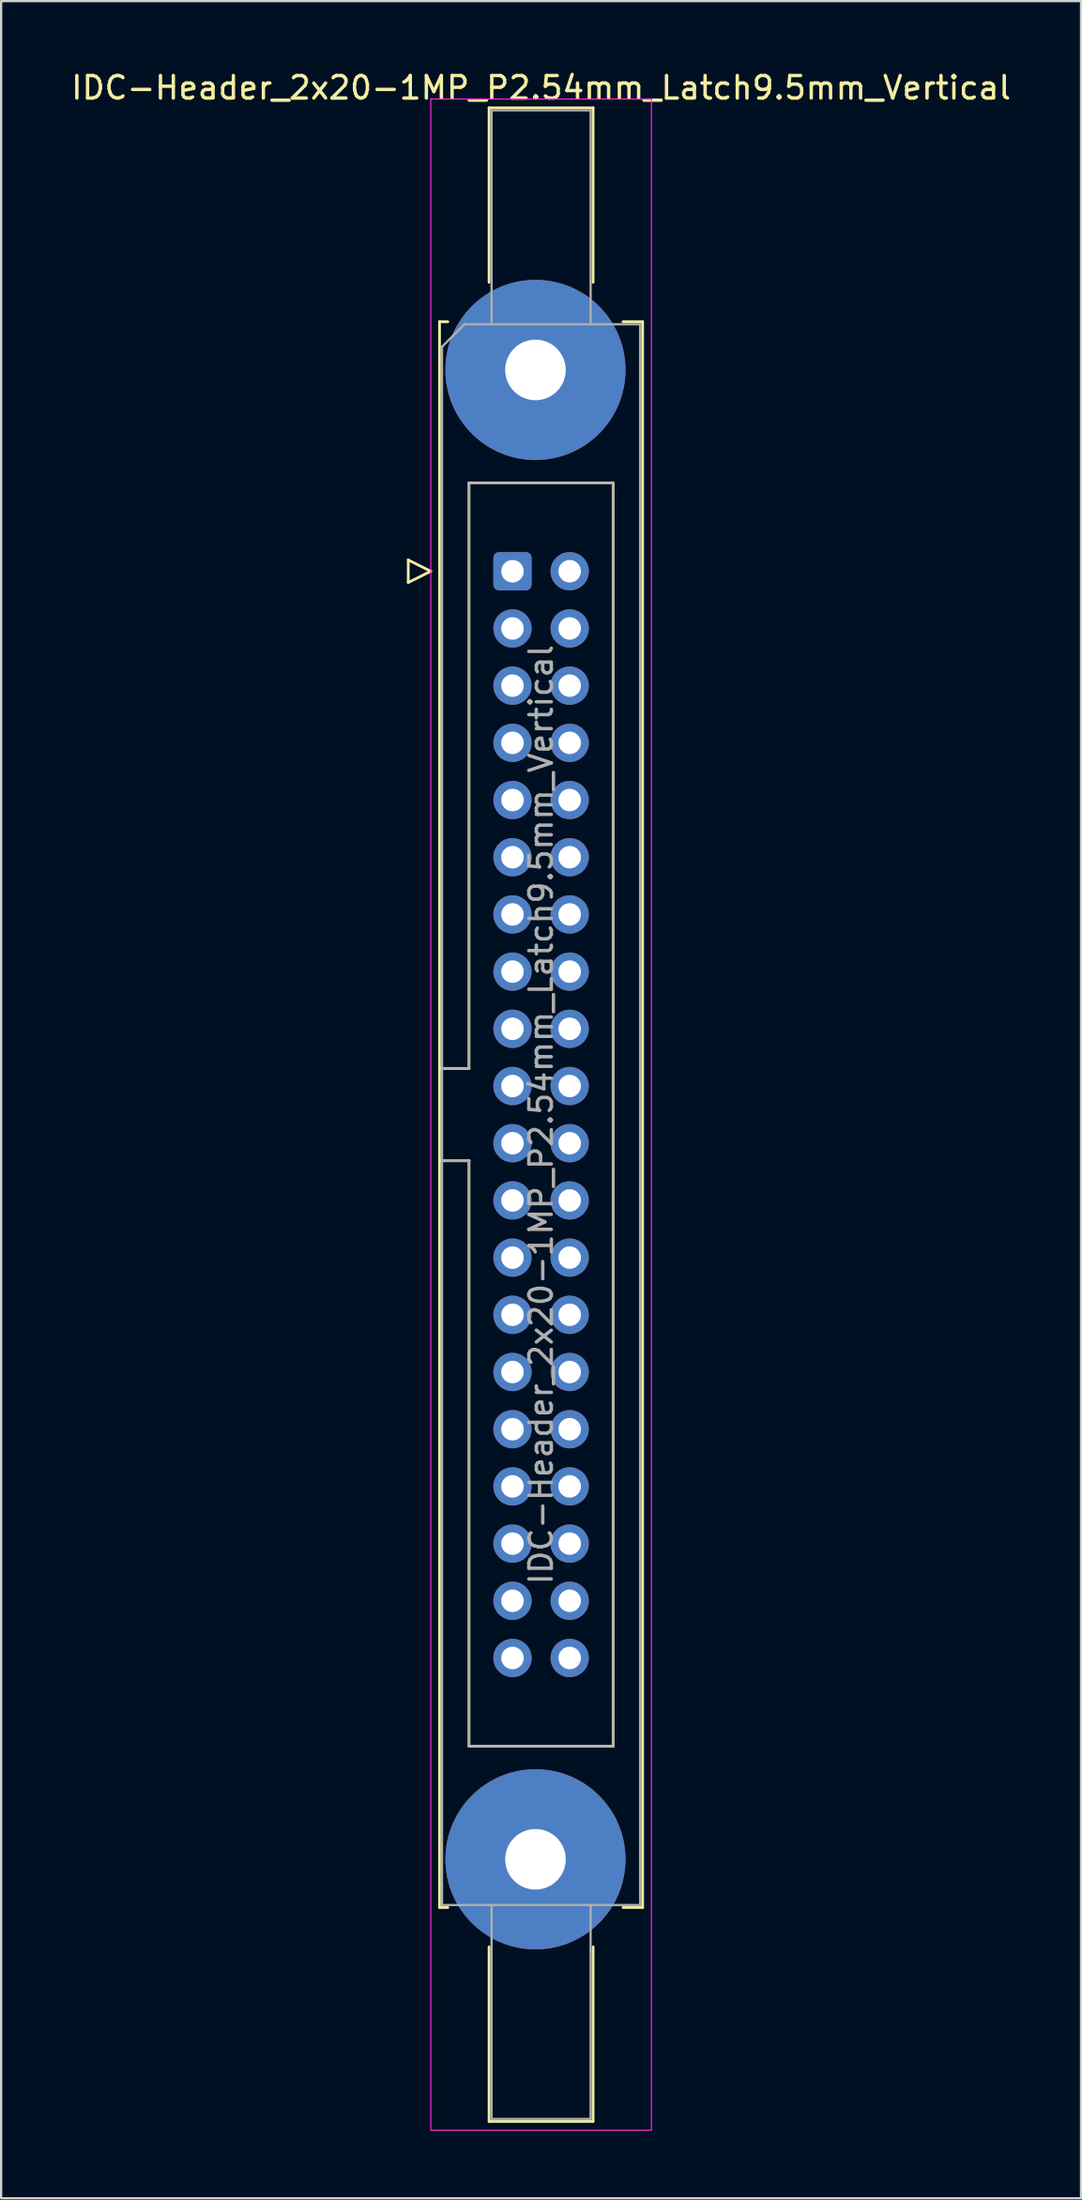
<source format=kicad_pcb>
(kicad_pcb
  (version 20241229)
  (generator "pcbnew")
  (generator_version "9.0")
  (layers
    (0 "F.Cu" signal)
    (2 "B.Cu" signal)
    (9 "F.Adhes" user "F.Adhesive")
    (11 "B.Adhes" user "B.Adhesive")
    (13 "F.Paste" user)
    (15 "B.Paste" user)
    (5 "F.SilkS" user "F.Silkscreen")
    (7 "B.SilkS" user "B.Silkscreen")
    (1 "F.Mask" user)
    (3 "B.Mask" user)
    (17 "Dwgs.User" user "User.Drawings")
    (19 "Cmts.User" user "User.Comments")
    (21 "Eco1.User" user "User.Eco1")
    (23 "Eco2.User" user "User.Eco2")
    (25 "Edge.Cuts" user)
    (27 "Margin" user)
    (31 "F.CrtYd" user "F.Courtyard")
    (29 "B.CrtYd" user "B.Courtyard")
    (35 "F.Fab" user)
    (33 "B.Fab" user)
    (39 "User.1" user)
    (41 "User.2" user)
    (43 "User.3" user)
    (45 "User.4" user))
  (footprint "IDC-Header_2x20-1MP_P2.54mm_Latch9.5mm_Vertical"
    (layer "F.Cu")
    (at 19.712 22.318)
    (property "Reference" "IDC-Header_2x20-1MP_P2.54mm_Latch9.5mm_Vertical" (at 1.27 -21.47 0) (layer "F.SilkS") (effects (font (size 1 1) (thickness 0.15))))
    (attr through_hole)
    (fp_line (start -4.63 -0.5) (end -4.63 0.5) (stroke (width 0.12) (type solid)) (layer "F.SilkS"))
    (fp_line (start -4.63 0.5) (end -3.63 0) (stroke (width 0.12) (type solid)) (layer "F.SilkS"))
    (fp_line (start -3.63 0) (end -4.63 -0.5) (stroke (width 0.12) (type solid)) (layer "F.SilkS"))
    (fp_line (start -3.24 -11.08) (end -3.24 59.34) (stroke (width 0.12) (type solid)) (layer "F.SilkS"))
    (fp_line (start -3.24 22.08) (end -1.93 22.08) (stroke (width 0.12) (type solid)) (layer "F.SilkS"))
    (fp_line (start -3.24 59.34) (end -2.87 59.34) (stroke (width 0.12) (type solid)) (layer "F.SilkS"))
    (fp_line (start -2.87 -11.08) (end -3.24 -11.08) (stroke (width 0.12) (type solid)) (layer "F.SilkS"))
    (fp_line (start -1.93 -3.92) (end 4.47 -3.92) (stroke (width 0.12) (type solid)) (layer "F.SilkS"))
    (fp_line (start -1.93 22.08) (end -1.93 -3.92) (stroke (width 0.12) (type solid)) (layer "F.SilkS"))
    (fp_line (start -1.93 26.18) (end -3.24 26.18) (stroke (width 0.12) (type solid)) (layer "F.SilkS"))
    (fp_line (start -1.93 26.18) (end -1.93 26.18) (stroke (width 0.12) (type solid)) (layer "F.SilkS"))
    (fp_line (start -1.93 52.18) (end -1.93 26.18) (stroke (width 0.12) (type solid)) (layer "F.SilkS"))
    (fp_line (start -1.04 -20.58) (end 3.58 -20.58) (stroke (width 0.12) (type solid)) (layer "F.SilkS"))
    (fp_line (start -1.04 -12.83) (end -1.04 -20.58) (stroke (width 0.12) (type solid)) (layer "F.SilkS"))
    (fp_line (start -1.04 61.09) (end -1.04 68.84) (stroke (width 0.12) (type solid)) (layer "F.SilkS"))
    (fp_line (start -1.04 68.84) (end 3.58 68.84) (stroke (width 0.12) (type solid)) (layer "F.SilkS"))
    (fp_line (start 3.58 -20.58) (end 3.58 -12.83) (stroke (width 0.12) (type solid)) (layer "F.SilkS"))
    (fp_line (start 3.58 68.84) (end 3.58 61.09) (stroke (width 0.12) (type solid)) (layer "F.SilkS"))
    (fp_line (start 4.47 -3.92) (end 4.47 52.18) (stroke (width 0.12) (type solid)) (layer "F.SilkS"))
    (fp_line (start 4.47 52.18) (end -1.93 52.18) (stroke (width 0.12) (type solid)) (layer "F.SilkS"))
    (fp_line (start 4.91 -11.08) (end 5.78 -11.08) (stroke (width 0.12) (type solid)) (layer "F.SilkS"))
    (fp_line (start 5.78 -11.08) (end 5.78 59.34) (stroke (width 0.12) (type solid)) (layer "F.SilkS"))
    (fp_line (start 5.78 59.34) (end 4.91 59.34) (stroke (width 0.12) (type solid)) (layer "F.SilkS"))
    (fp_line (start -3.63 -20.97) (end -3.63 69.23) (stroke (width 0.05) (type solid)) (layer "F.CrtYd"))
    (fp_line (start -3.63 69.23) (end 6.17 69.23) (stroke (width 0.05) (type solid)) (layer "F.CrtYd"))
    (fp_line (start 6.17 -20.97) (end -3.63 -20.97) (stroke (width 0.05) (type solid)) (layer "F.CrtYd"))
    (fp_line (start 6.17 69.23) (end 6.17 -20.97) (stroke (width 0.05) (type solid)) (layer "F.CrtYd"))
    (fp_line (start -3.13 -9.97) (end -2.13 -10.97) (stroke (width 0.1) (type solid)) (layer "F.Fab"))
    (fp_line (start -3.13 22.08) (end -1.93 22.08) (stroke (width 0.1) (type solid)) (layer "F.Fab"))
    (fp_line (start -3.13 59.23) (end -3.13 -9.97) (stroke (width 0.1) (type solid)) (layer "F.Fab"))
    (fp_line (start -2.13 -10.97) (end 5.67 -10.97) (stroke (width 0.1) (type solid)) (layer "F.Fab"))
    (fp_line (start -1.93 -3.92) (end 4.47 -3.92) (stroke (width 0.1) (type solid)) (layer "F.Fab"))
    (fp_line (start -1.93 22.08) (end -1.93 -3.92) (stroke (width 0.1) (type solid)) (layer "F.Fab"))
    (fp_line (start -1.93 26.18) (end -3.13 26.18) (stroke (width 0.1) (type solid)) (layer "F.Fab"))
    (fp_line (start -1.93 26.18) (end -1.93 26.18) (stroke (width 0.1) (type solid)) (layer "F.Fab"))
    (fp_line (start -1.93 52.18) (end -1.93 26.18) (stroke (width 0.1) (type solid)) (layer "F.Fab"))
    (fp_line (start -0.93 -20.47) (end 3.47 -20.47) (stroke (width 0.1) (type solid)) (layer "F.Fab"))
    (fp_line (start -0.93 -10.97) (end -0.93 -20.47) (stroke (width 0.1) (type solid)) (layer "F.Fab"))
    (fp_line (start -0.93 59.23) (end -0.93 68.73) (stroke (width 0.1) (type solid)) (layer "F.Fab"))
    (fp_line (start -0.93 68.73) (end 3.47 68.73) (stroke (width 0.1) (type solid)) (layer "F.Fab"))
    (fp_line (start 3.47 -20.47) (end 3.47 -10.97) (stroke (width 0.1) (type solid)) (layer "F.Fab"))
    (fp_line (start 3.47 68.73) (end 3.47 59.23) (stroke (width 0.1) (type solid)) (layer "F.Fab"))
    (fp_line (start 4.47 -3.92) (end 4.47 52.18) (stroke (width 0.1) (type solid)) (layer "F.Fab"))
    (fp_line (start 4.47 52.18) (end -1.93 52.18) (stroke (width 0.1) (type solid)) (layer "F.Fab"))
    (fp_line (start 5.67 -10.97) (end 5.67 59.23) (stroke (width 0.1) (type solid)) (layer "F.Fab"))
    (fp_line (start 5.67 59.23) (end -3.13 59.23) (stroke (width 0.1) (type solid)) (layer "F.Fab"))
    (fp_text user "${REFERENCE}" (at 1.27 24.13 90) (layer "F.Fab") (effects (font (size 1 1) (thickness 0.15))))
    (pad "1" thru_hole roundrect (at 0 0) (size 1.7 1.7) (drill 1) (layers "*.Cu" "*.Mask") (roundrect_rratio 0.147))
    (pad "2" thru_hole circle (at 2.54 0) (size 1.7 1.7) (drill 1) (layers "*.Cu" "*.Mask"))
    (pad "3" thru_hole circle (at 0 2.54) (size 1.7 1.7) (drill 1) (layers "*.Cu" "*.Mask"))
    (pad "4" thru_hole circle (at 2.54 2.54) (size 1.7 1.7) (drill 1) (layers "*.Cu" "*.Mask"))
    (pad "5" thru_hole circle (at 0 5.08) (size 1.7 1.7) (drill 1) (layers "*.Cu" "*.Mask"))
    (pad "6" thru_hole circle (at 2.54 5.08) (size 1.7 1.7) (drill 1) (layers "*.Cu" "*.Mask"))
    (pad "7" thru_hole circle (at 0 7.62) (size 1.7 1.7) (drill 1) (layers "*.Cu" "*.Mask"))
    (pad "8" thru_hole circle (at 2.54 7.62) (size 1.7 1.7) (drill 1) (layers "*.Cu" "*.Mask"))
    (pad "9" thru_hole circle (at 0 10.16) (size 1.7 1.7) (drill 1) (layers "*.Cu" "*.Mask"))
    (pad "10" thru_hole circle (at 2.54 10.16) (size 1.7 1.7) (drill 1) (layers "*.Cu" "*.Mask"))
    (pad "11" thru_hole circle (at 0 12.7) (size 1.7 1.7) (drill 1) (layers "*.Cu" "*.Mask"))
    (pad "12" thru_hole circle (at 2.54 12.7) (size 1.7 1.7) (drill 1) (layers "*.Cu" "*.Mask"))
    (pad "13" thru_hole circle (at 0 15.24) (size 1.7 1.7) (drill 1) (layers "*.Cu" "*.Mask"))
    (pad "14" thru_hole circle (at 2.54 15.24) (size 1.7 1.7) (drill 1) (layers "*.Cu" "*.Mask"))
    (pad "15" thru_hole circle (at 0 17.78) (size 1.7 1.7) (drill 1) (layers "*.Cu" "*.Mask"))
    (pad "16" thru_hole circle (at 2.54 17.78) (size 1.7 1.7) (drill 1) (layers "*.Cu" "*.Mask"))
    (pad "17" thru_hole circle (at 0 20.32) (size 1.7 1.7) (drill 1) (layers "*.Cu" "*.Mask"))
    (pad "18" thru_hole circle (at 2.54 20.32) (size 1.7 1.7) (drill 1) (layers "*.Cu" "*.Mask"))
    (pad "19" thru_hole circle (at 0 22.86) (size 1.7 1.7) (drill 1) (layers "*.Cu" "*.Mask"))
    (pad "20" thru_hole circle (at 2.54 22.86) (size 1.7 1.7) (drill 1) (layers "*.Cu" "*.Mask"))
    (pad "21" thru_hole circle (at 0 25.4) (size 1.7 1.7) (drill 1) (layers "*.Cu" "*.Mask"))
    (pad "22" thru_hole circle (at 2.54 25.4) (size 1.7 1.7) (drill 1) (layers "*.Cu" "*.Mask"))
    (pad "23" thru_hole circle (at 0 27.94) (size 1.7 1.7) (drill 1) (layers "*.Cu" "*.Mask"))
    (pad "24" thru_hole circle (at 2.54 27.94) (size 1.7 1.7) (drill 1) (layers "*.Cu" "*.Mask"))
    (pad "25" thru_hole circle (at 0 30.48) (size 1.7 1.7) (drill 1) (layers "*.Cu" "*.Mask"))
    (pad "26" thru_hole circle (at 2.54 30.48) (size 1.7 1.7) (drill 1) (layers "*.Cu" "*.Mask"))
    (pad "27" thru_hole circle (at 0 33.02) (size 1.7 1.7) (drill 1) (layers "*.Cu" "*.Mask"))
    (pad "28" thru_hole circle (at 2.54 33.02) (size 1.7 1.7) (drill 1) (layers "*.Cu" "*.Mask"))
    (pad "29" thru_hole circle (at 0 35.56) (size 1.7 1.7) (drill 1) (layers "*.Cu" "*.Mask"))
    (pad "30" thru_hole circle (at 2.54 35.56) (size 1.7 1.7) (drill 1) (layers "*.Cu" "*.Mask"))
    (pad "31" thru_hole circle (at 0 38.1) (size 1.7 1.7) (drill 1) (layers "*.Cu" "*.Mask"))
    (pad "32" thru_hole circle (at 2.54 38.1) (size 1.7 1.7) (drill 1) (layers "*.Cu" "*.Mask"))
    (pad "33" thru_hole circle (at 0 40.64) (size 1.7 1.7) (drill 1) (layers "*.Cu" "*.Mask"))
    (pad "34" thru_hole circle (at 2.54 40.64) (size 1.7 1.7) (drill 1) (layers "*.Cu" "*.Mask"))
    (pad "35" thru_hole circle (at 0 43.18) (size 1.7 1.7) (drill 1) (layers "*.Cu" "*.Mask"))
    (pad "36" thru_hole circle (at 2.54 43.18) (size 1.7 1.7) (drill 1) (layers "*.Cu" "*.Mask"))
    (pad "37" thru_hole circle (at 0 45.72) (size 1.7 1.7) (drill 1) (layers "*.Cu" "*.Mask"))
    (pad "38" thru_hole circle (at 2.54 45.72) (size 1.7 1.7) (drill 1) (layers "*.Cu" "*.Mask"))
    (pad "39" thru_hole circle (at 0 48.26) (size 1.7 1.7) (drill 1) (layers "*.Cu" "*.Mask"))
    (pad "40" thru_hole circle (at 2.54 48.26) (size 1.7 1.7) (drill 1) (layers "*.Cu" "*.Mask"))
    (pad "MP" thru_hole circle (at 1.02 -8.94) (size 8 8) (drill 2.69) (layers "*.Cu" "*.Mask"))
    (pad "MP" thru_hole circle (at 1.02 57.2) (size 8 8) (drill 2.69) (layers "*.Cu" "*.Mask")))
  (gr_rect
    (start -3 -3)
    (end 44.964 94.573)
    (stroke (width 0.1) (type default))
    (fill no)
    (layer "Edge.Cuts")))
</source>
